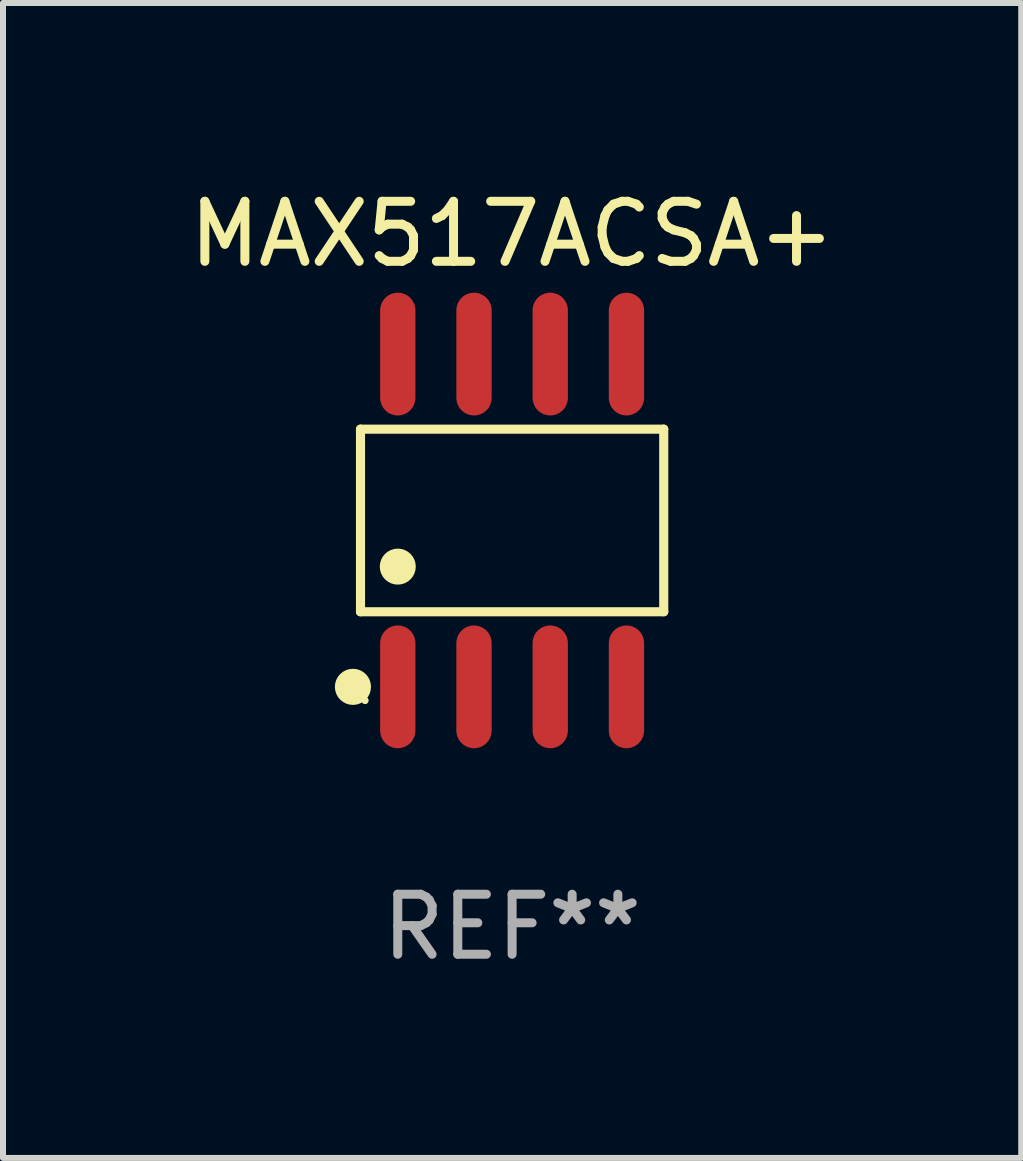
<source format=kicad_pcb>
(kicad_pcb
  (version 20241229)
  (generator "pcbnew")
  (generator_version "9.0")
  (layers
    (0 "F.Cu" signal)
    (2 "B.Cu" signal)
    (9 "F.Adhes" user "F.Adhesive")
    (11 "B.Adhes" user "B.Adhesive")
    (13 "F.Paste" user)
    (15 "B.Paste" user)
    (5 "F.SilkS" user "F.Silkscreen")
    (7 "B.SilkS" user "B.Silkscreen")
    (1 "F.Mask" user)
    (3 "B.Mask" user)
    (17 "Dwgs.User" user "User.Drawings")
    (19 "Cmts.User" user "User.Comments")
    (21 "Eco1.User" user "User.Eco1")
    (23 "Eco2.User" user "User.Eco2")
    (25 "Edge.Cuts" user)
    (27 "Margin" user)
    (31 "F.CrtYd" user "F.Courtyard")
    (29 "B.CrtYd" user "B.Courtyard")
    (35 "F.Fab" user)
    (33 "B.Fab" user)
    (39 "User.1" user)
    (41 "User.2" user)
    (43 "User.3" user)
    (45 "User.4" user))
  (footprint "MAX517ACSA+"
    (layer "F.Cu")
    (at 5.482 5.621)
    (property "Reference" "MAX517ACSA+" (at 0 -4.772 0) (layer "F.SilkS") (effects (font (size 1 1) (thickness 0.15))))
    (attr through_hole)
    (fp_line (start -2.526 -1.521) (end 2.526 -1.521) (stroke (width 0.152) (type solid)) (layer "F.SilkS"))
    (fp_line (start -2.526 1.521) (end -2.526 -1.521) (stroke (width 0.152) (type solid)) (layer "F.SilkS"))
    (fp_line (start 2.526 -1.521) (end 2.526 1.521) (stroke (width 0.152) (type solid)) (layer "F.SilkS"))
    (fp_line (start 2.526 1.521) (end -2.526 1.521) (stroke (width 0.152) (type solid)) (layer "F.SilkS"))
    (fp_circle (center -2.652 2.772) (end -2.501 2.772) (stroke (width 0.3) (type solid)) (fill no) (layer "F.SilkS"))
    (fp_circle (center -2.45 3) (end -2.42 3) (stroke (width 0.06) (type solid)) (fill no) (layer "F.SilkS"))
    (fp_circle (center -1.905 0.769) (end -1.755 0.769) (stroke (width 0.3) (type solid)) (fill no) (layer "F.SilkS"))
    (fp_text user "REF**" (at 0 6.772 0) (layer "F.Fab") (effects (font (size 1 1) (thickness 0.15))))
    (pad "1" smd oval (at -1.905 2.772) (size 0.588 2.045) (layers "F.Cu" "F.Mask" "F.Paste"))
    (pad "2" smd oval (at -0.635 2.772) (size 0.588 2.045) (layers "F.Cu" "F.Mask" "F.Paste"))
    (pad "3" smd oval (at 0.635 2.772) (size 0.588 2.045) (layers "F.Cu" "F.Mask" "F.Paste"))
    (pad "4" smd oval (at 1.905 2.772) (size 0.588 2.045) (layers "F.Cu" "F.Mask" "F.Paste"))
    (pad "5" smd oval (at 1.905 -2.772) (size 0.588 2.045) (layers "F.Cu" "F.Mask" "F.Paste"))
    (pad "6" smd oval (at 0.635 -2.772) (size 0.588 2.045) (layers "F.Cu" "F.Mask" "F.Paste"))
    (pad "7" smd oval (at -0.635 -2.772) (size 0.588 2.045) (layers "F.Cu" "F.Mask" "F.Paste"))
    (pad "8" smd oval (at -1.905 -2.772) (size 0.588 2.045) (layers "F.Cu" "F.Mask" "F.Paste")))
  (gr_rect
    (start -3 -3)
    (end 13.964 16.241)
    (stroke (width 0.1) (type default))
    (fill no)
    (layer "Edge.Cuts")))
</source>
